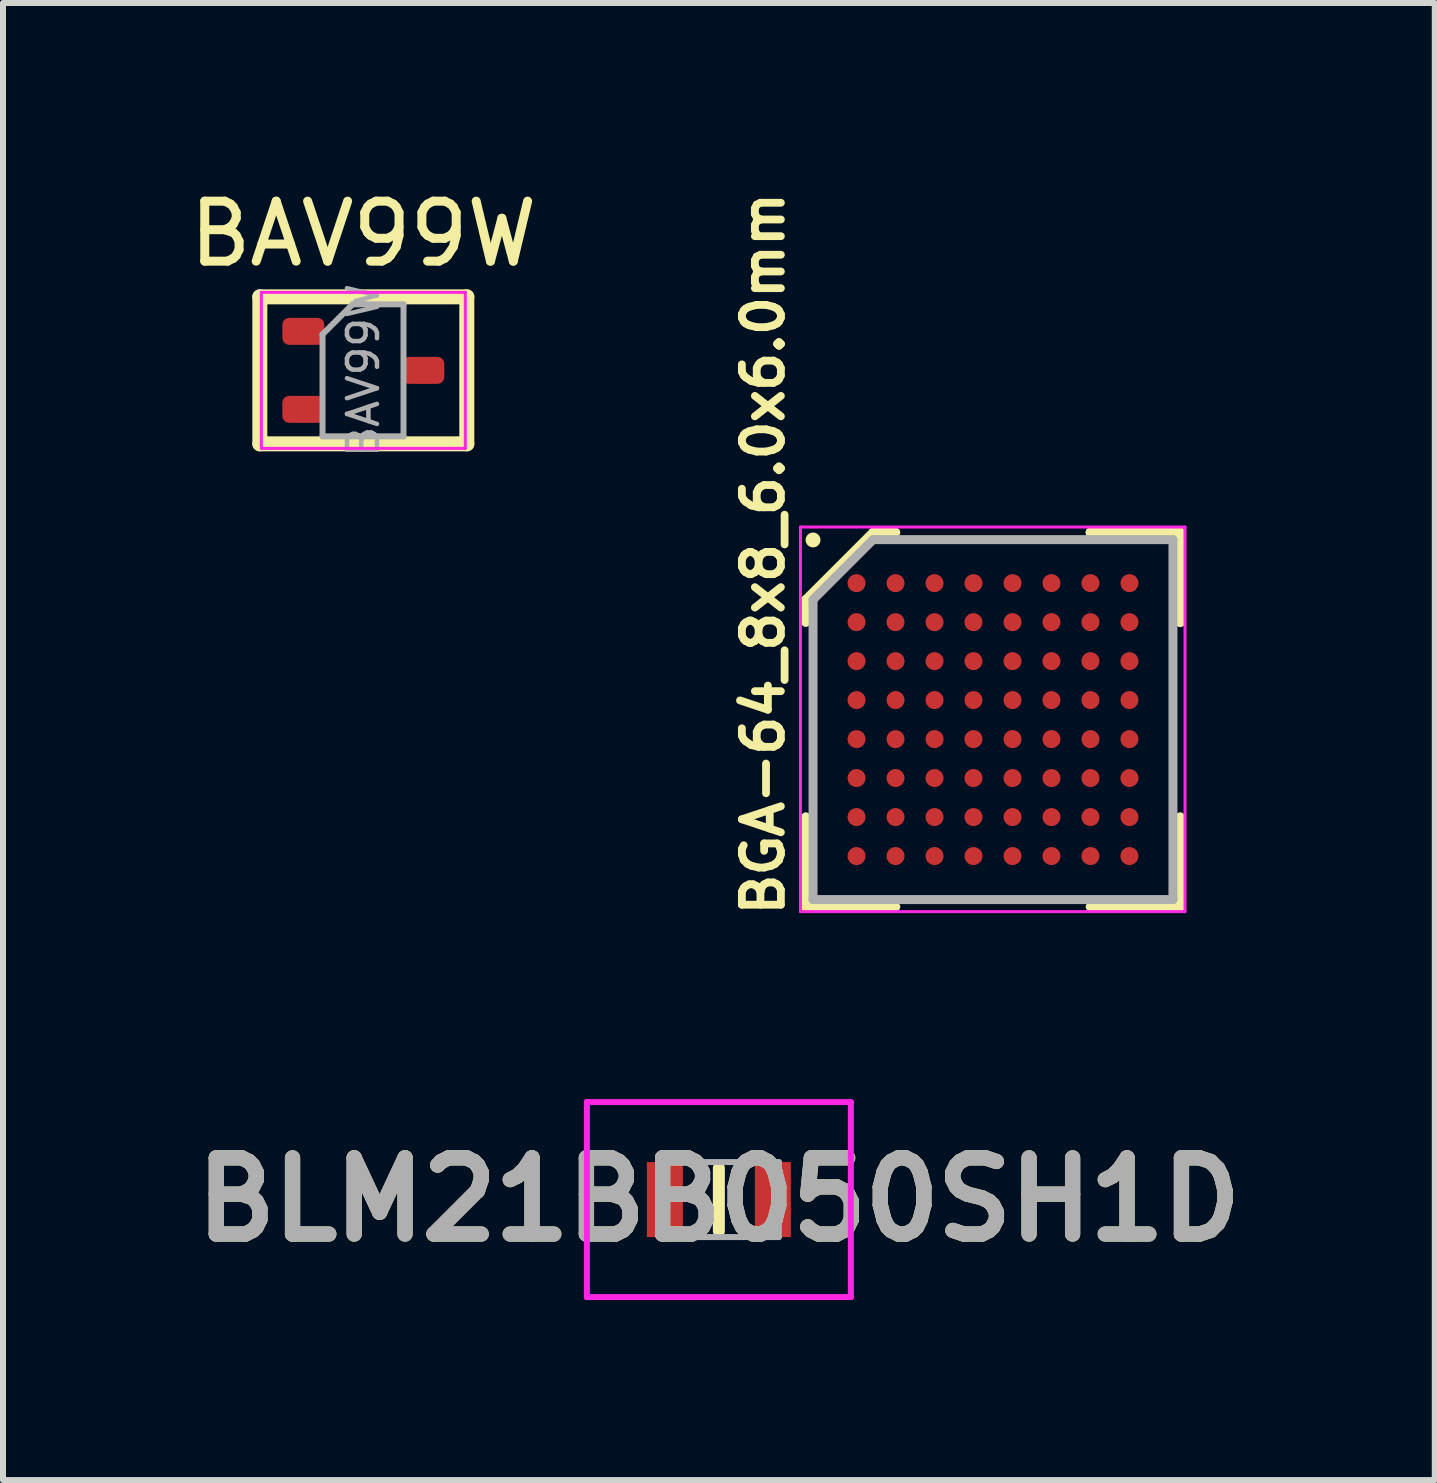
<source format=kicad_pcb>
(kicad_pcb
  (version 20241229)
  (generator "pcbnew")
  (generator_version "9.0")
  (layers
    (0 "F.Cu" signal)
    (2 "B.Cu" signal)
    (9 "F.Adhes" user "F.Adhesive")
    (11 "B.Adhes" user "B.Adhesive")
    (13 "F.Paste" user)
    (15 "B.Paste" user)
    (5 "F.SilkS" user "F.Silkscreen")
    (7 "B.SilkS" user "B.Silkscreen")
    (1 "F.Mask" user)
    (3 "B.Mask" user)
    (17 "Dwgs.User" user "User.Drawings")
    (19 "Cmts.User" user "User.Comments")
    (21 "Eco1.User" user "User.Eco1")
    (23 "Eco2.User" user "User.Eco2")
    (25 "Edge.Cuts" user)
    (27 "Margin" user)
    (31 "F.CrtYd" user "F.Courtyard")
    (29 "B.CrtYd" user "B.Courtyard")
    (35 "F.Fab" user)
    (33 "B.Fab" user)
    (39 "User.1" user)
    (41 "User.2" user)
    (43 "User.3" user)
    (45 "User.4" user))
  (footprint "BAV99W"
    (layer "F.Cu")
    (at 3.006 3.123)
    (property "Reference" "BAV99W" (at 0 -2.275 0) (layer "F.SilkS") (effects (font (size 1 1) (thickness 0.15))))
    (attr smd)
    (fp_line (start -1.725 -1.225) (end -1.725 1.225) (stroke (width 0.25) (type solid)) (layer "F.SilkS"))
    (fp_line (start -1.725 -1.225) (end 1.725 -1.225) (stroke (width 0.25) (type solid)) (layer "F.SilkS"))
    (fp_line (start -1.725 1.225) (end 1.725 1.225) (stroke (width 0.25) (type solid)) (layer "F.SilkS"))
    (fp_line (start 1.725 -1.225) (end 1.725 1.225) (stroke (width 0.25) (type solid)) (layer "F.SilkS"))
    (fp_line (start -1.7 -1.3) (end 1.7 -1.3) (stroke (width 0.05) (type solid)) (layer "F.CrtYd"))
    (fp_line (start -1.7 1.3) (end -1.7 -1.3) (stroke (width 0.05) (type solid)) (layer "F.CrtYd"))
    (fp_line (start 1.7 -1.3) (end 1.7 1.3) (stroke (width 0.05) (type solid)) (layer "F.CrtYd"))
    (fp_line (start 1.7 1.3) (end -1.7 1.3) (stroke (width 0.05) (type solid)) (layer "F.CrtYd"))
    (fp_line (start -0.68 -0.6) (end -0.68 1.1) (stroke (width 0.1) (type solid)) (layer "F.Fab"))
    (fp_line (start -0.18 -1.1) (end -0.68 -0.6) (stroke (width 0.1) (type solid)) (layer "F.Fab"))
    (fp_line (start 0.67 -1.1) (end -0.18 -1.1) (stroke (width 0.1) (type solid)) (layer "F.Fab"))
    (fp_line (start 0.67 -1.1) (end 0.67 1.1) (stroke (width 0.1) (type solid)) (layer "F.Fab"))
    (fp_line (start 0.67 1.1) (end -0.68 1.1) (stroke (width 0.1) (type solid)) (layer "F.Fab"))
    (fp_text user "${REFERENCE}" (at 0 0 90) (layer "F.Fab") (effects (font (size 0.5 0.5) (thickness 0.075))))
    (pad "1" smd roundrect (at -1 -0.65 270) (size 0.45 0.7) (layers "F.Cu" "F.Mask" "F.Paste") (roundrect_rratio 0.25))
    (pad "2" smd roundrect (at -1 0.65 270) (size 0.45 0.7) (layers "F.Cu" "F.Mask" "F.Paste") (roundrect_rratio 0.25))
    (pad "3" smd roundrect (at 1 0 270) (size 0.45 0.7) (layers "F.Cu" "F.Mask" "F.Paste") (roundrect_rratio 0.25)))
  (footprint "BGA-64_8x8_6.0x6.0mm"
    (layer "F.Cu")
    (at 13.502 8.945)
    (property "Reference" "BGA-64_8x8_6.0x6.0mm" (at -3.45 3.325 90) (layer "F.SilkS") (effects (font (size 0.65 0.65) (thickness 0.13)) (justify left bottom)))
    (attr smd)
    (fp_line (start -3.121 -2) (end -3.121 -1.621) (stroke (width 0.15) (type solid)) (layer "F.SilkS"))
    (fp_line (start -3.121 3.12) (end -3.121 1.62) (stroke (width 0.15) (type solid)) (layer "F.SilkS"))
    (fp_line (start -2 -3.121) (end -3.121 -2) (stroke (width 0.15) (type solid)) (layer "F.SilkS"))
    (fp_line (start -1.621 -3.121) (end -2 -3.121) (stroke (width 0.15) (type solid)) (layer "F.SilkS"))
    (fp_line (start -1.621 3.12) (end -3.121 3.12) (stroke (width 0.15) (type solid)) (layer "F.SilkS"))
    (fp_line (start 1.62 -3.121) (end 3.12 -3.121) (stroke (width 0.15) (type solid)) (layer "F.SilkS"))
    (fp_line (start 1.62 -3.121) (end 3.12 -3.121) (stroke (width 0.15) (type solid)) (layer "F.SilkS"))
    (fp_line (start 1.62 -3.121) (end 3.12 -3.121) (stroke (width 0.15) (type solid)) (layer "F.SilkS"))
    (fp_line (start 1.62 3.12) (end 3.12 3.12) (stroke (width 0.15) (type solid)) (layer "F.SilkS"))
    (fp_line (start 3.12 -3.121) (end 3.12 -1.621) (stroke (width 0.15) (type solid)) (layer "F.SilkS"))
    (fp_line (start 3.12 -3.121) (end 3.12 -1.621) (stroke (width 0.15) (type solid)) (layer "F.SilkS"))
    (fp_line (start 3.12 -3.121) (end 3.12 -1.621) (stroke (width 0.15) (type solid)) (layer "F.SilkS"))
    (fp_line (start 3.12 3.12) (end 3.12 1.62) (stroke (width 0.15) (type solid)) (layer "F.SilkS"))
    (fp_circle (center -3 -2.995) (end -2.951 -2.995) (stroke (width 0.15) (type solid)) (fill yes) (layer "F.SilkS"))
    (fp_line (start -3.21 -3.21) (end 3.2 -3.21) (stroke (width 0.05) (type solid)) (layer "F.CrtYd"))
    (fp_line (start -3.21 3.2) (end -3.21 -3.21) (stroke (width 0.05) (type solid)) (layer "F.CrtYd"))
    (fp_line (start 3.2 -3.21) (end 3.2 3.2) (stroke (width 0.05) (type solid)) (layer "F.CrtYd"))
    (fp_line (start 3.2 3.2) (end -3.21 3.2) (stroke (width 0.05) (type solid)) (layer "F.CrtYd"))
    (fp_line (start -3 -2) (end -3 2.999) (stroke (width 0.15) (type solid)) (layer "F.Fab"))
    (fp_line (start -3 2.999) (end 2.999 2.999) (stroke (width 0.15) (type solid)) (layer "F.Fab"))
    (fp_line (start -2 -3) (end -3 -2) (stroke (width 0.15) (type solid)) (layer "F.Fab"))
    (fp_line (start 2.999 -3) (end -2 -3) (stroke (width 0.15) (type solid)) (layer "F.Fab"))
    (fp_line (start 2.999 2.999) (end 2.999 -3) (stroke (width 0.15) (type solid)) (layer "F.Fab"))
    (pad "A1" smd circle (at -2.275 -2.275) (size 0.3 0.3) (layers "F.Cu" "F.Mask" "F.Paste"))
    (pad "A2" smd circle (at -1.625 -2.275) (size 0.3 0.3) (layers "F.Cu" "F.Mask" "F.Paste"))
    (pad "A3" smd circle (at -0.975 -2.275) (size 0.3 0.3) (layers "F.Cu" "F.Mask" "F.Paste"))
    (pad "A4" smd circle (at -0.326 -2.275) (size 0.3 0.3) (layers "F.Cu" "F.Mask" "F.Paste"))
    (pad "A5" smd circle (at 0.325 -2.275) (size 0.3 0.3) (layers "F.Cu" "F.Mask" "F.Paste"))
    (pad "A6" smd circle (at 0.974 -2.275) (size 0.3 0.3) (layers "F.Cu" "F.Mask" "F.Paste"))
    (pad "A7" smd circle (at 1.624 -2.275) (size 0.3 0.3) (layers "F.Cu" "F.Mask" "F.Paste"))
    (pad "A8" smd circle (at 2.274 -2.275) (size 0.3 0.3) (layers "F.Cu" "F.Mask" "F.Paste"))
    (pad "B1" smd circle (at -2.275 -1.625) (size 0.3 0.3) (layers "F.Cu" "F.Mask" "F.Paste"))
    (pad "B2" smd circle (at -1.625 -1.625) (size 0.3 0.3) (layers "F.Cu" "F.Mask" "F.Paste"))
    (pad "B3" smd circle (at -0.975 -1.625) (size 0.3 0.3) (layers "F.Cu" "F.Mask" "F.Paste"))
    (pad "B4" smd circle (at -0.326 -1.625) (size 0.3 0.3) (layers "F.Cu" "F.Mask" "F.Paste"))
    (pad "B5" smd circle (at 0.325 -1.625) (size 0.3 0.3) (layers "F.Cu" "F.Mask" "F.Paste"))
    (pad "B6" smd circle (at 0.974 -1.625) (size 0.3 0.3) (layers "F.Cu" "F.Mask" "F.Paste"))
    (pad "B7" smd circle (at 1.624 -1.625) (size 0.3 0.3) (layers "F.Cu" "F.Mask" "F.Paste"))
    (pad "B8" smd circle (at 2.274 -1.625) (size 0.3 0.3) (layers "F.Cu" "F.Mask" "F.Paste"))
    (pad "C1" smd circle (at -2.275 -0.975) (size 0.3 0.3) (layers "F.Cu" "F.Mask" "F.Paste"))
    (pad "C2" smd circle (at -1.625 -0.975) (size 0.3 0.3) (layers "F.Cu" "F.Mask" "F.Paste"))
    (pad "C3" smd circle (at -0.975 -0.975) (size 0.3 0.3) (layers "F.Cu" "F.Mask" "F.Paste"))
    (pad "C4" smd circle (at -0.326 -0.975) (size 0.3 0.3) (layers "F.Cu" "F.Mask" "F.Paste"))
    (pad "C5" smd circle (at 0.325 -0.975) (size 0.3 0.3) (layers "F.Cu" "F.Mask" "F.Paste"))
    (pad "C6" smd circle (at 0.974 -0.975) (size 0.3 0.3) (layers "F.Cu" "F.Mask" "F.Paste"))
    (pad "C7" smd circle (at 1.624 -0.975) (size 0.3 0.3) (layers "F.Cu" "F.Mask" "F.Paste"))
    (pad "C8" smd circle (at 2.274 -0.975) (size 0.3 0.3) (layers "F.Cu" "F.Mask" "F.Paste"))
    (pad "D1" smd circle (at -2.275 -0.326) (size 0.3 0.3) (layers "F.Cu" "F.Mask" "F.Paste"))
    (pad "D2" smd circle (at -1.625 -0.326) (size 0.3 0.3) (layers "F.Cu" "F.Mask" "F.Paste"))
    (pad "D3" smd circle (at -0.975 -0.326) (size 0.3 0.3) (layers "F.Cu" "F.Mask" "F.Paste"))
    (pad "D4" smd circle (at -0.326 -0.326) (size 0.3 0.3) (layers "F.Cu" "F.Mask" "F.Paste"))
    (pad "D5" smd circle (at 0.325 -0.326) (size 0.3 0.3) (layers "F.Cu" "F.Mask" "F.Paste"))
    (pad "D6" smd circle (at 0.974 -0.326) (size 0.3 0.3) (layers "F.Cu" "F.Mask" "F.Paste"))
    (pad "D7" smd circle (at 1.624 -0.326) (size 0.3 0.3) (layers "F.Cu" "F.Mask" "F.Paste"))
    (pad "D8" smd circle (at 2.274 -0.326) (size 0.3 0.3) (layers "F.Cu" "F.Mask" "F.Paste"))
    (pad "E1" smd circle (at -2.275 0.325) (size 0.3 0.3) (layers "F.Cu" "F.Mask" "F.Paste"))
    (pad "E2" smd circle (at -1.625 0.325) (size 0.3 0.3) (layers "F.Cu" "F.Mask" "F.Paste"))
    (pad "E3" smd circle (at -0.975 0.325) (size 0.3 0.3) (layers "F.Cu" "F.Mask" "F.Paste"))
    (pad "E4" smd circle (at -0.326 0.325) (size 0.3 0.3) (layers "F.Cu" "F.Mask" "F.Paste"))
    (pad "E5" smd circle (at 0.325 0.325) (size 0.3 0.3) (layers "F.Cu" "F.Mask" "F.Paste"))
    (pad "E6" smd circle (at 0.974 0.325) (size 0.3 0.3) (layers "F.Cu" "F.Mask" "F.Paste"))
    (pad "E7" smd circle (at 1.624 0.325) (size 0.3 0.3) (layers "F.Cu" "F.Mask" "F.Paste"))
    (pad "E8" smd circle (at 2.274 0.325) (size 0.3 0.3) (layers "F.Cu" "F.Mask" "F.Paste"))
    (pad "F1" smd circle (at -2.275 0.974) (size 0.3 0.3) (layers "F.Cu" "F.Mask" "F.Paste"))
    (pad "F2" smd circle (at -1.625 0.974) (size 0.3 0.3) (layers "F.Cu" "F.Mask" "F.Paste"))
    (pad "F3" smd circle (at -0.975 0.974) (size 0.3 0.3) (layers "F.Cu" "F.Mask" "F.Paste"))
    (pad "F4" smd circle (at -0.326 0.974) (size 0.3 0.3) (layers "F.Cu" "F.Mask" "F.Paste"))
    (pad "F5" smd circle (at 0.325 0.974) (size 0.3 0.3) (layers "F.Cu" "F.Mask" "F.Paste"))
    (pad "F6" smd circle (at 0.974 0.974) (size 0.3 0.3) (layers "F.Cu" "F.Mask" "F.Paste"))
    (pad "F7" smd circle (at 1.624 0.974) (size 0.3 0.3) (layers "F.Cu" "F.Mask" "F.Paste"))
    (pad "F8" smd circle (at 2.274 0.974) (size 0.3 0.3) (layers "F.Cu" "F.Mask" "F.Paste"))
    (pad "G1" smd circle (at -2.275 1.624) (size 0.3 0.3) (layers "F.Cu" "F.Mask" "F.Paste"))
    (pad "G2" smd circle (at -1.625 1.624) (size 0.3 0.3) (layers "F.Cu" "F.Mask" "F.Paste"))
    (pad "G3" smd circle (at -0.975 1.624) (size 0.3 0.3) (layers "F.Cu" "F.Mask" "F.Paste"))
    (pad "G4" smd circle (at -0.326 1.624) (size 0.3 0.3) (layers "F.Cu" "F.Mask" "F.Paste"))
    (pad "G5" smd circle (at 0.325 1.624) (size 0.3 0.3) (layers "F.Cu" "F.Mask" "F.Paste"))
    (pad "G6" smd circle (at 0.974 1.624) (size 0.3 0.3) (layers "F.Cu" "F.Mask" "F.Paste"))
    (pad "G7" smd circle (at 1.624 1.624) (size 0.3 0.3) (layers "F.Cu" "F.Mask" "F.Paste"))
    (pad "G8" smd circle (at 2.274 1.624) (size 0.3 0.3) (layers "F.Cu" "F.Mask" "F.Paste"))
    (pad "H1" smd circle (at -2.275 2.274) (size 0.3 0.3) (layers "F.Cu" "F.Mask" "F.Paste"))
    (pad "H2" smd circle (at -1.625 2.274) (size 0.3 0.3) (layers "F.Cu" "F.Mask" "F.Paste"))
    (pad "H3" smd circle (at -0.975 2.274) (size 0.3 0.3) (layers "F.Cu" "F.Mask" "F.Paste"))
    (pad "H4" smd circle (at -0.326 2.274) (size 0.3 0.3) (layers "F.Cu" "F.Mask" "F.Paste"))
    (pad "H5" smd circle (at 0.325 2.274) (size 0.3 0.3) (layers "F.Cu" "F.Mask" "F.Paste"))
    (pad "H6" smd circle (at 0.974 2.274) (size 0.3 0.3) (layers "F.Cu" "F.Mask" "F.Paste"))
    (pad "H7" smd circle (at 1.624 2.274) (size 0.3 0.3) (layers "F.Cu" "F.Mask" "F.Paste"))
    (pad "H8" smd circle (at 2.274 2.274) (size 0.3 0.3) (layers "F.Cu" "F.Mask" "F.Paste")))
  (footprint "BLM21BB050SH1D"
    (layer "F.Cu")
    (at 8.932 16.945)
    (property "Reference" "BLM21BB050SH1D" (at 0 0 0) (layer "F.SilkS") (effects (font (size 1.27 1.27) (thickness 0.254))))
    (attr smd)
    (fp_line (start 0 -0.525) (end 0 0.525) (stroke (width 0.2) (type solid)) (layer "F.SilkS"))
    (fp_line (start -2.2 -1.625) (end 2.2 -1.625) (stroke (width 0.1) (type solid)) (layer "F.CrtYd"))
    (fp_line (start -2.2 1.625) (end -2.2 -1.625) (stroke (width 0.1) (type solid)) (layer "F.CrtYd"))
    (fp_line (start 2.2 -1.625) (end 2.2 1.625) (stroke (width 0.1) (type solid)) (layer "F.CrtYd"))
    (fp_line (start 2.2 1.625) (end -2.2 1.625) (stroke (width 0.1) (type solid)) (layer "F.CrtYd"))
    (fp_line (start -1 -0.625) (end 1 -0.625) (stroke (width 0.1) (type solid)) (layer "F.Fab"))
    (fp_line (start -1 0.625) (end -1 -0.625) (stroke (width 0.1) (type solid)) (layer "F.Fab"))
    (fp_line (start 1 -0.625) (end 1 0.625) (stroke (width 0.1) (type solid)) (layer "F.Fab"))
    (fp_line (start 1 0.625) (end -1 0.625) (stroke (width 0.1) (type solid)) (layer "F.Fab"))
    (fp_text user "${REFERENCE}" (at 0 0 0) (layer "F.Fab") (effects (font (size 1.27 1.27) (thickness 0.254))))
    (pad "1" smd rect (at -0.9 0) (size 0.6 1.25) (layers "F.Cu" "F.Mask" "F.Paste"))
    (pad "2" smd rect (at 0.9 0) (size 0.6 1.25) (layers "F.Cu" "F.Mask" "F.Paste")))
  (gr_rect
    (start -3 -3)
    (end 20.865 21.62)
    (stroke (width 0.1) (type default))
    (fill no)
    (layer "Edge.Cuts")))
</source>
